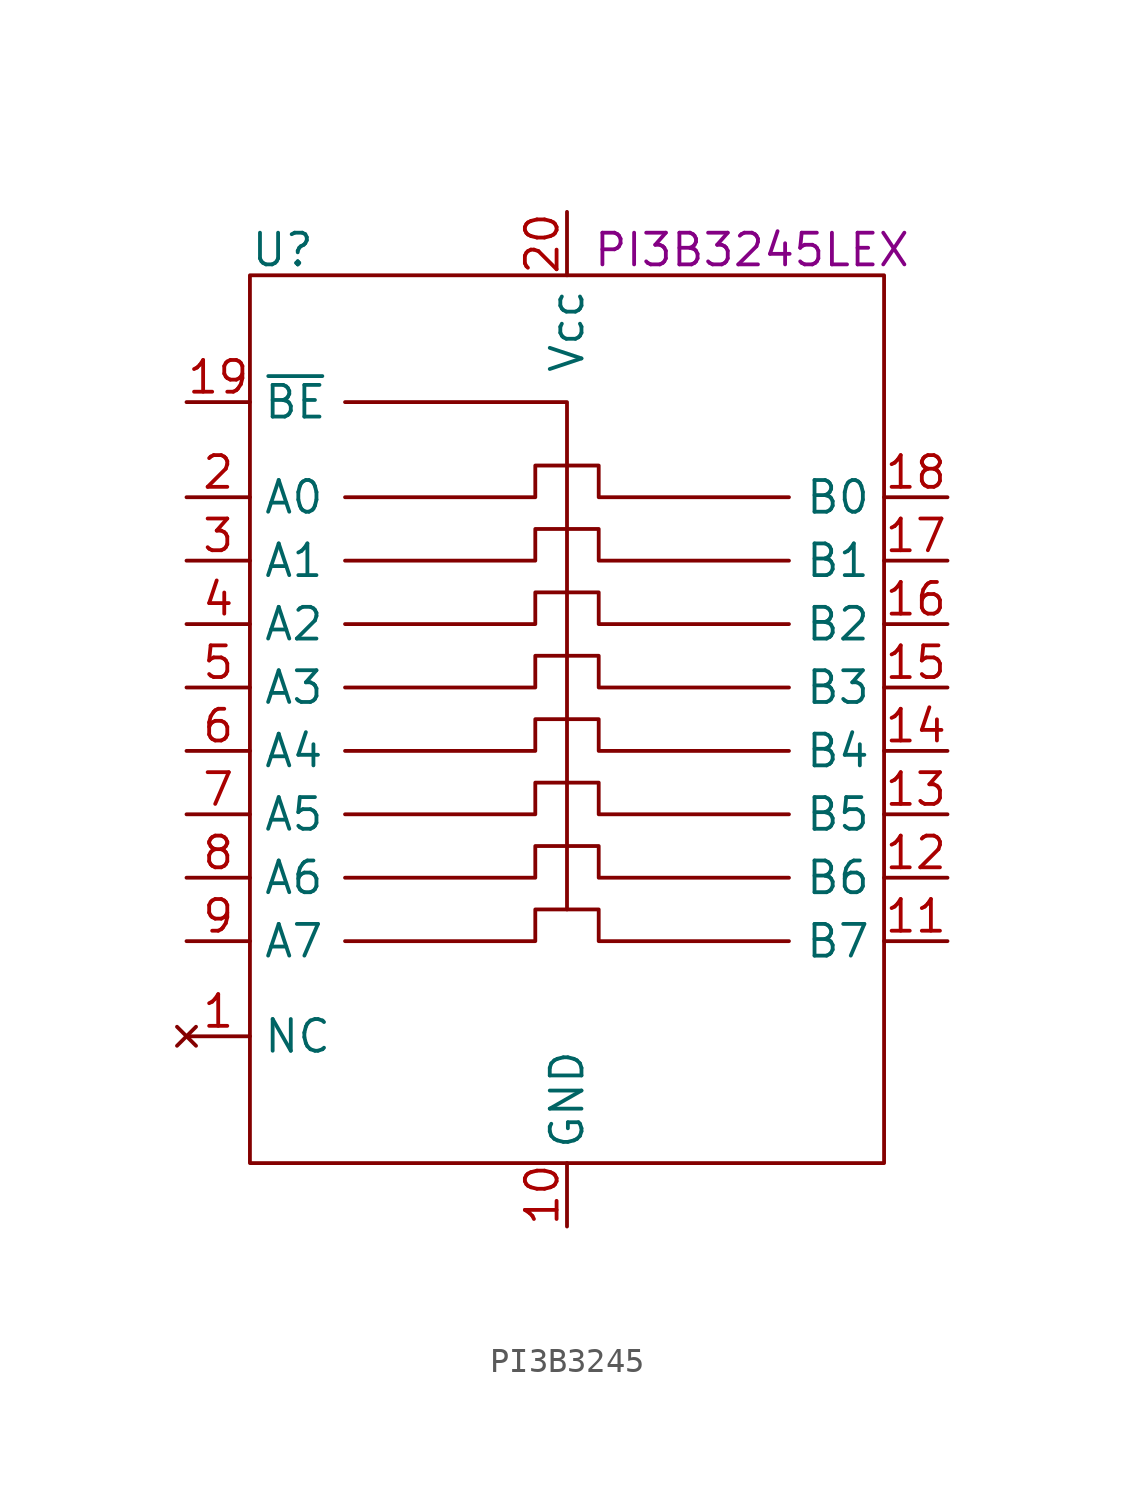
<source format=kicad_sym>
(kicad_symbol_lib
  (version 20231120)
  (generator "kicad_symbol_editor")
  (generator_version "8.0")
  (symbol "PI3B3245"
    (property "Reference" "U"
      (at -12.7 18.796 0)
      (effects (font (size 1.27 1.27)) (justify left)))
    (property "Value" ""
      (at 0 0 0)
      (effects (font (size 1.27 1.27))))
    (property "MPN" "PI3B3245LEX"
      (at 1.016 18.796 0)
      (effects (font (size 1.27 1.27)) (justify left)))
    (symbol "PI3B3245_0_1"
      (rectangle (start -12.7 17.78) (end 12.7 -17.78) (stroke (width 0) (type default)) (fill (type none)))
      (polyline (pts (xy 0 -7.62) (xy 0 12.7) (xy -8.89 12.7)) (stroke (width 0) (type default)) (fill (type none)))
      (polyline (pts (xy -8.89 -8.89) (xy -1.27 -8.89) (xy -1.27 -7.62) (xy 1.27 -7.62) (xy 1.27 -8.89) (xy 8.89 -8.89)) (stroke (width 0) (type default)) (fill (type none)))
      (polyline (pts (xy -8.89 -6.35) (xy -1.27 -6.35) (xy -1.27 -5.08) (xy 1.27 -5.08) (xy 1.27 -6.35) (xy 8.89 -6.35)) (stroke (width 0) (type default)) (fill (type none)))
      (polyline (pts (xy -8.89 -3.81) (xy -1.27 -3.81) (xy -1.27 -2.54) (xy 1.27 -2.54) (xy 1.27 -3.81) (xy 8.89 -3.81)) (stroke (width 0) (type default)) (fill (type none)))
      (polyline (pts (xy -8.89 -1.27) (xy -1.27 -1.27) (xy -1.27 0) (xy 1.27 0) (xy 1.27 -1.27) (xy 8.89 -1.27)) (stroke (width 0) (type default)) (fill (type none)))
      (polyline (pts (xy -8.89 1.27) (xy -1.27 1.27) (xy -1.27 2.54) (xy 1.27 2.54) (xy 1.27 1.27) (xy 8.89 1.27)) (stroke (width 0) (type default)) (fill (type none)))
      (polyline (pts (xy -8.89 3.81) (xy -1.27 3.81) (xy -1.27 5.08) (xy 1.27 5.08) (xy 1.27 3.81) (xy 8.89 3.81)) (stroke (width 0) (type default)) (fill (type none)))
      (polyline (pts (xy -8.89 6.35) (xy -1.27 6.35) (xy -1.27 7.62) (xy 1.27 7.62) (xy 1.27 6.35) (xy 8.89 6.35)) (stroke (width 0) (type default)) (fill (type none)))
      (polyline (pts (xy -8.89 8.89) (xy -1.27 8.89) (xy -1.27 10.16) (xy 1.27 10.16) (xy 1.27 8.89) (xy 8.89 8.89)) (stroke (width 0) (type default)) (fill (type none))))
    (symbol "PI3B3245_1_1"
      (pin no_connect line (at -15.24 -12.7 0) (length 2.54) (name "NC" (effects (font (size 1.27 1.27)))) (number "1" (effects (font (size 1.27 1.27)))))
      (pin power_in line (at 0 -20.32 90) (length 2.54) (name "GND" (effects (font (size 1.27 1.27)))) (number "10" (effects (font (size 1.27 1.27)))))
      (pin bidirectional line (at 15.24 -8.89 180) (length 2.54) (name "B7" (effects (font (size 1.27 1.27)))) (number "11" (effects (font (size 1.27 1.27)))))
      (pin bidirectional line (at 15.24 -6.35 180) (length 2.54) (name "B6" (effects (font (size 1.27 1.27)))) (number "12" (effects (font (size 1.27 1.27)))))
      (pin bidirectional line (at 15.24 -3.81 180) (length 2.54) (name "B5" (effects (font (size 1.27 1.27)))) (number "13" (effects (font (size 1.27 1.27)))))
      (pin bidirectional line (at 15.24 -1.27 180) (length 2.54) (name "B4" (effects (font (size 1.27 1.27)))) (number "14" (effects (font (size 1.27 1.27)))))
      (pin bidirectional line (at 15.24 1.27 180) (length 2.54) (name "B3" (effects (font (size 1.27 1.27)))) (number "15" (effects (font (size 1.27 1.27)))))
      (pin bidirectional line (at 15.24 3.81 180) (length 2.54) (name "B2" (effects (font (size 1.27 1.27)))) (number "16" (effects (font (size 1.27 1.27)))))
      (pin bidirectional line (at 15.24 6.35 180) (length 2.54) (name "B1" (effects (font (size 1.27 1.27)))) (number "17" (effects (font (size 1.27 1.27)))))
      (pin bidirectional line (at 15.24 8.89 180) (length 2.54) (name "B0" (effects (font (size 1.27 1.27)))) (number "18" (effects (font (size 1.27 1.27)))))
      (pin input line (at -15.24 12.7 0) (length 2.54) (name "~{BE}" (effects (font (size 1.27 1.27)))) (number "19" (effects (font (size 1.27 1.27)))))
      (pin bidirectional line (at -15.24 8.89 0) (length 2.54) (name "A0" (effects (font (size 1.27 1.27)))) (number "2" (effects (font (size 1.27 1.27)))))
      (pin power_in line (at 0 20.32 270) (length 2.54) (name "Vcc" (effects (font (size 1.27 1.27)))) (number "20" (effects (font (size 1.27 1.27)))))
      (pin bidirectional line (at -15.24 6.35 0) (length 2.54) (name "A1" (effects (font (size 1.27 1.27)))) (number "3" (effects (font (size 1.27 1.27)))))
      (pin bidirectional line (at -15.24 3.81 0) (length 2.54) (name "A2" (effects (font (size 1.27 1.27)))) (number "4" (effects (font (size 1.27 1.27)))))
      (pin bidirectional line (at -15.24 1.27 0) (length 2.54) (name "A3" (effects (font (size 1.27 1.27)))) (number "5" (effects (font (size 1.27 1.27)))))
      (pin bidirectional line (at -15.24 -1.27 0) (length 2.54) (name "A4" (effects (font (size 1.27 1.27)))) (number "6" (effects (font (size 1.27 1.27)))))
      (pin bidirectional line (at -15.24 -3.81 0) (length 2.54) (name "A5" (effects (font (size 1.27 1.27)))) (number "7" (effects (font (size 1.27 1.27)))))
      (pin bidirectional line (at -15.24 -6.35 0) (length 2.54) (name "A6" (effects (font (size 1.27 1.27)))) (number "8" (effects (font (size 1.27 1.27)))))
      (pin bidirectional line (at -15.24 -8.89 0) (length 2.54) (name "A7" (effects (font (size 1.27 1.27)))) (number "9" (effects (font (size 1.27 1.27))))))))
</source>
